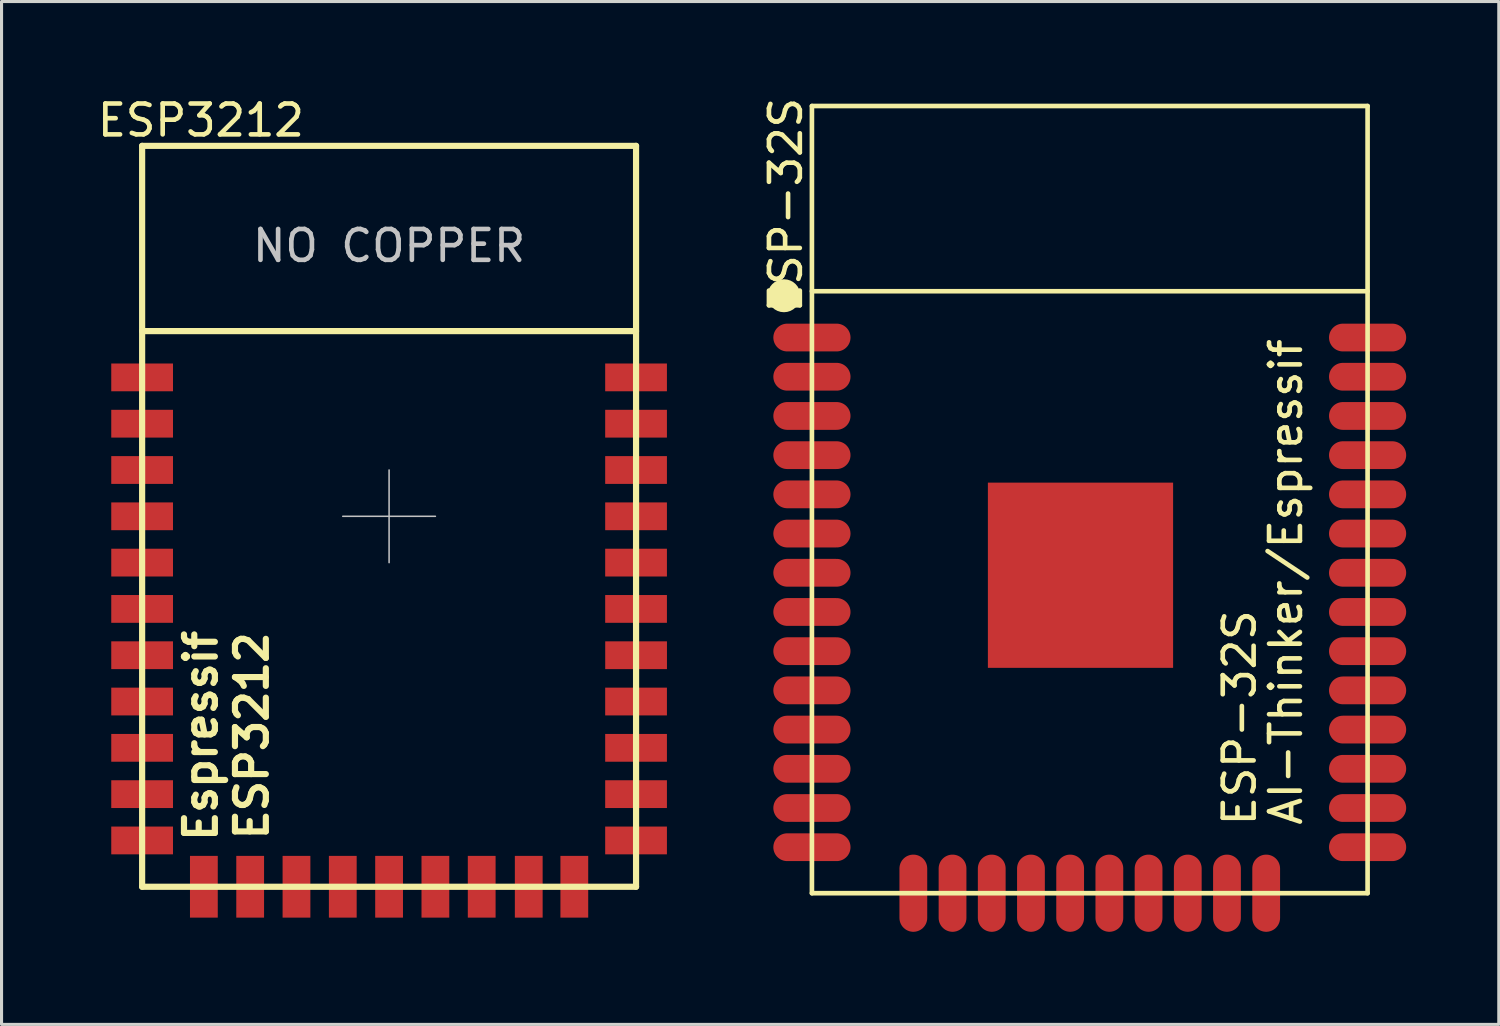
<source format=kicad_pcb>
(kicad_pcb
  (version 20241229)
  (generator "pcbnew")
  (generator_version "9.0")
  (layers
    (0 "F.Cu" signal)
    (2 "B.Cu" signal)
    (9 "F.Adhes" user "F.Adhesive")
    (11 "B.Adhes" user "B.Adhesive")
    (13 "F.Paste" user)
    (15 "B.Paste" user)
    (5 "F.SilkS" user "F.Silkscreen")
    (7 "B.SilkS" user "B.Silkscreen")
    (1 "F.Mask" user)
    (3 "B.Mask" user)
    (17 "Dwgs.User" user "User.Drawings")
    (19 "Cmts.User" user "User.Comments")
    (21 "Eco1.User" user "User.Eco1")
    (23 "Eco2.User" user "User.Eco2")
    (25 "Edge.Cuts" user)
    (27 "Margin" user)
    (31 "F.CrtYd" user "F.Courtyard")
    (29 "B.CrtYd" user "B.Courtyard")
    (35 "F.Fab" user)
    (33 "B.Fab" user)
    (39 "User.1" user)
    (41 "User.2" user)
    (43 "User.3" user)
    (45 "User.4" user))
  (footprint "ESP-32S"
    (layer "F.Cu")
    (at 32.304 17.401)
    (property "Reference" "ESP-32S" (at -9.9 -13.8 270) (layer "F.SilkS") (effects (font (size 1 1) (thickness 0.15))))
    (attr through_hole)
    (fp_line (start -9.053 -17.017) (end -9.053 8.483) (stroke (width 0.15) (type solid)) (layer "F.SilkS"))
    (fp_line (start 8.947 -17.017) (end -9.053 -17.017) (stroke (width 0.15) (type solid)) (layer "F.SilkS"))
    (fp_line (start 8.947 -17.017) (end 8.947 8.483) (stroke (width 0.15) (type solid)) (layer "F.SilkS"))
    (fp_line (start 8.947 -11.017) (end -9.053 -11.017) (stroke (width 0.15) (type solid)) (layer "F.SilkS"))
    (fp_line (start 8.947 8.483) (end -9.053 8.483) (stroke (width 0.15) (type solid)) (layer "F.SilkS"))
    (fp_circle (center -9.959 -10.871) (end -10.086 -11.125) (stroke (width 0.5) (type solid)) (fill no) (layer "F.SilkS"))
    (fp_text user "ESP-32S" (at 4.8 2.8 90) (layer "F.SilkS") (effects (font (size 1 1) (thickness 0.15))))
    (fp_text user "AI-Thinker/Espressif" (at 6.3 -1.6 90) (layer "F.SilkS") (effects (font (size 1 1) (thickness 0.15))))
    (pad "1" smd oval (at -9.053 -9.517 180) (size 2.5 0.9) (layers "F.Cu" "F.Mask" "F.Paste"))
    (pad "2" smd oval (at -9.053 -8.247 180) (size 2.5 0.9) (layers "F.Cu" "F.Mask" "F.Paste"))
    (pad "3" smd oval (at -9.053 -6.977 180) (size 2.5 0.9) (layers "F.Cu" "F.Mask" "F.Paste"))
    (pad "4" smd oval (at -9.053 -5.707 180) (size 2.5 0.9) (layers "F.Cu" "F.Mask" "F.Paste"))
    (pad "5" smd oval (at -9.053 -4.437 180) (size 2.5 0.9) (layers "F.Cu" "F.Mask" "F.Paste"))
    (pad "6" smd oval (at -9.053 -3.167 180) (size 2.5 0.9) (layers "F.Cu" "F.Mask" "F.Paste"))
    (pad "7" smd oval (at -9.053 -1.897 180) (size 2.5 0.9) (layers "F.Cu" "F.Mask" "F.Paste"))
    (pad "8" smd oval (at -9.053 -0.627 180) (size 2.5 0.9) (layers "F.Cu" "F.Mask" "F.Paste"))
    (pad "9" smd oval (at -9.053 0.643 180) (size 2.5 0.9) (layers "F.Cu" "F.Mask" "F.Paste"))
    (pad "10" smd oval (at -9.053 1.913 180) (size 2.5 0.9) (layers "F.Cu" "F.Mask" "F.Paste"))
    (pad "11" smd oval (at -9.053 3.183 180) (size 2.5 0.9) (layers "F.Cu" "F.Mask" "F.Paste"))
    (pad "12" smd oval (at -9.053 4.453 180) (size 2.5 0.9) (layers "F.Cu" "F.Mask" "F.Paste"))
    (pad "13" smd oval (at -9.053 5.723 180) (size 2.5 0.9) (layers "F.Cu" "F.Mask" "F.Paste"))
    (pad "14" smd oval (at -9.053 6.993 180) (size 2.5 0.9) (layers "F.Cu" "F.Mask" "F.Paste"))
    (pad "15" smd oval (at -5.768 8.483 180) (size 0.9 2.5) (layers "F.Cu" "F.Mask" "F.Paste"))
    (pad "16" smd oval (at -4.498 8.483 180) (size 0.9 2.5) (layers "F.Cu" "F.Mask" "F.Paste"))
    (pad "17" smd oval (at -3.228 8.483 180) (size 0.9 2.5) (layers "F.Cu" "F.Mask" "F.Paste"))
    (pad "18" smd oval (at -1.958 8.483 180) (size 0.9 2.5) (layers "F.Cu" "F.Mask" "F.Paste"))
    (pad "19" smd oval (at -0.688 8.483 180) (size 0.9 2.5) (layers "F.Cu" "F.Mask" "F.Paste"))
    (pad "20" smd oval (at 0.582 8.483 180) (size 0.9 2.5) (layers "F.Cu" "F.Mask" "F.Paste"))
    (pad "21" smd oval (at 1.852 8.483 180) (size 0.9 2.5) (layers "F.Cu" "F.Mask" "F.Paste"))
    (pad "22" smd oval (at 3.122 8.483 180) (size 0.9 2.5) (layers "F.Cu" "F.Mask" "F.Paste"))
    (pad "23" smd oval (at 4.392 8.483 180) (size 0.9 2.5) (layers "F.Cu" "F.Mask" "F.Paste"))
    (pad "24" smd oval (at 5.662 8.483 180) (size 0.9 2.5) (layers "F.Cu" "F.Mask" "F.Paste"))
    (pad "25" smd oval (at 8.947 6.993 180) (size 2.5 0.9) (layers "F.Cu" "F.Mask" "F.Paste"))
    (pad "26" smd oval (at 8.947 5.723 180) (size 2.5 0.9) (layers "F.Cu" "F.Mask" "F.Paste"))
    (pad "27" smd oval (at 8.947 4.453 180) (size 2.5 0.9) (layers "F.Cu" "F.Mask" "F.Paste"))
    (pad "28" smd oval (at 8.947 3.183 180) (size 2.5 0.9) (layers "F.Cu" "F.Mask" "F.Paste"))
    (pad "29" smd oval (at 8.947 1.913 180) (size 2.5 0.9) (layers "F.Cu" "F.Mask" "F.Paste"))
    (pad "30" smd oval (at 8.947 0.643 180) (size 2.5 0.9) (layers "F.Cu" "F.Mask" "F.Paste"))
    (pad "31" smd oval (at 8.947 -0.627 180) (size 2.5 0.9) (layers "F.Cu" "F.Mask" "F.Paste"))
    (pad "32" smd oval (at 8.947 -1.897 180) (size 2.5 0.9) (layers "F.Cu" "F.Mask" "F.Paste"))
    (pad "33" smd oval (at 8.947 -3.167 180) (size 2.5 0.9) (layers "F.Cu" "F.Mask" "F.Paste"))
    (pad "34" smd oval (at 8.947 -4.437 180) (size 2.5 0.9) (layers "F.Cu" "F.Mask" "F.Paste"))
    (pad "35" smd oval (at 8.947 -5.707 180) (size 2.5 0.9) (layers "F.Cu" "F.Mask" "F.Paste"))
    (pad "36" smd oval (at 8.947 -6.977 180) (size 2.5 0.9) (layers "F.Cu" "F.Mask" "F.Paste"))
    (pad "37" smd oval (at 8.947 -8.247 180) (size 2.5 0.9) (layers "F.Cu" "F.Mask" "F.Paste"))
    (pad "38" smd oval (at 8.947 -9.517 180) (size 2.5 0.9) (layers "F.Cu" "F.Mask" "F.Paste"))
    (pad "39" smd rect (at -0.353 -1.817 180) (size 6 6) (layers "F.Cu" "F.Mask" "F.Paste")))
  (footprint "ESP3212"
    (layer "F.Cu")
    (at 9.554 13.675)
    (property "Reference" "ESP3212" (at -6.096 -12.827 0) (layer "F.SilkS") (effects (font (size 1 1) (thickness 0.15))))
    (attr through_hole)
    (fp_line (start -8 -12) (end 8 -12) (stroke (width 0.2) (type solid)) (layer "F.SilkS"))
    (fp_line (start -8 -6) (end 8 -6) (stroke (width 0.2) (type solid)) (layer "F.SilkS"))
    (fp_line (start -8 12) (end -8 -12) (stroke (width 0.2) (type solid)) (layer "F.SilkS"))
    (fp_line (start 8 -12) (end 8 12) (stroke (width 0.2) (type solid)) (layer "F.SilkS"))
    (fp_line (start 8 12) (end -8 12) (stroke (width 0.2) (type solid)) (layer "F.SilkS"))
    (fp_line (start 0 -1.5) (end 0 1.5) (stroke (width 0.05) (type solid)) (layer "Dwgs.User"))
    (fp_line (start 1.5 0) (end -1.5 0) (stroke (width 0.05) (type solid)) (layer "Dwgs.User"))
    (fp_text user "ESP3212" (at -4.445 7.112 90) (layer "F.SilkS") (effects (font (size 1 1) (thickness 0.2))))
    (fp_text user "Espressif" (at -6.096 7.112 90) (layer "F.SilkS") (effects (font (size 1 1) (thickness 0.2))))
    (fp_text user "NO COPPER" (at 0 -8.763 0) (layer "Dwgs.User") (effects (font (size 1 1) (thickness 0.15))))
    (pad "1" smd rect (at -8 -4.5) (size 2 0.9) (layers "F.Cu" "F.Mask" "F.Paste"))
    (pad "2" smd rect (at -8 -3) (size 2 0.9) (layers "F.Cu" "F.Mask" "F.Paste"))
    (pad "3" smd rect (at -8 -1.5) (size 2 0.9) (layers "F.Cu" "F.Mask" "F.Paste"))
    (pad "4" smd rect (at -8 0) (size 2 0.9) (layers "F.Cu" "F.Mask" "F.Paste"))
    (pad "5" smd rect (at -8 1.5) (size 2 0.9) (layers "F.Cu" "F.Mask" "F.Paste"))
    (pad "6" smd rect (at -8 3) (size 2 0.9) (layers "F.Cu" "F.Mask" "F.Paste"))
    (pad "7" smd rect (at -8 4.5) (size 2 0.9) (layers "F.Cu" "F.Mask" "F.Paste"))
    (pad "8" smd rect (at -8 6) (size 2 0.9) (layers "F.Cu" "F.Mask" "F.Paste"))
    (pad "9" smd rect (at -8 7.5) (size 2 0.9) (layers "F.Cu" "F.Mask" "F.Paste"))
    (pad "10" smd rect (at -8 9) (size 2 0.9) (layers "F.Cu" "F.Mask" "F.Paste"))
    (pad "11" smd rect (at -8 10.5) (size 2 0.9) (layers "F.Cu" "F.Mask" "F.Paste"))
    (pad "12" smd rect (at -6 12) (size 0.9 2) (layers "F.Cu" "F.Mask" "F.Paste"))
    (pad "13" smd rect (at -4.5 12) (size 0.9 2) (layers "F.Cu" "F.Mask" "F.Paste"))
    (pad "14" smd rect (at -3 12) (size 0.9 2) (layers "F.Cu" "F.Mask" "F.Paste"))
    (pad "15" smd rect (at -1.5 12) (size 0.9 2) (layers "F.Cu" "F.Mask" "F.Paste"))
    (pad "16" smd rect (at 0 12) (size 0.9 2) (layers "F.Cu" "F.Mask" "F.Paste"))
    (pad "17" smd rect (at 1.5 12) (size 0.9 2) (layers "F.Cu" "F.Mask" "F.Paste"))
    (pad "18" smd rect (at 3 12) (size 0.9 2) (layers "F.Cu" "F.Mask" "F.Paste"))
    (pad "19" smd rect (at 4.524 12) (size 0.9 2) (layers "F.Cu" "F.Mask" "F.Paste"))
    (pad "20" smd rect (at 6 12) (size 0.9 2) (layers "F.Cu" "F.Mask" "F.Paste"))
    (pad "21" smd rect (at 8 10.5) (size 2 0.9) (layers "F.Cu" "F.Mask" "F.Paste"))
    (pad "22" smd rect (at 8 9) (size 2 0.9) (layers "F.Cu" "F.Mask" "F.Paste"))
    (pad "23" smd rect (at 8 7.5) (size 2 0.9) (layers "F.Cu" "F.Mask" "F.Paste"))
    (pad "24" smd rect (at 8 6) (size 2 0.9) (layers "F.Cu" "F.Mask" "F.Paste"))
    (pad "25" smd rect (at 8.001 4.5) (size 2 0.9) (layers "F.Cu" "F.Mask" "F.Paste"))
    (pad "26" smd rect (at 8 3) (size 2 0.9) (layers "F.Cu" "F.Mask" "F.Paste"))
    (pad "27" smd rect (at 8 1.5) (size 2 0.9) (layers "F.Cu" "F.Mask" "F.Paste"))
    (pad "28" smd rect (at 8 0) (size 2 0.9) (layers "F.Cu" "F.Mask" "F.Paste"))
    (pad "29" smd rect (at 8 -1.5) (size 2 0.9) (layers "F.Cu" "F.Mask" "F.Paste"))
    (pad "30" smd rect (at 8 -3) (size 2 0.9) (layers "F.Cu" "F.Mask" "F.Paste"))
    (pad "31" smd rect (at 8 -4.5) (size 2 0.9) (layers "F.Cu" "F.Mask" "F.Paste")))
  (gr_rect
    (start -3 -3)
    (end 45.501 30.134)
    (stroke (width 0.1) (type default))
    (fill no)
    (layer "Edge.Cuts")))
</source>
